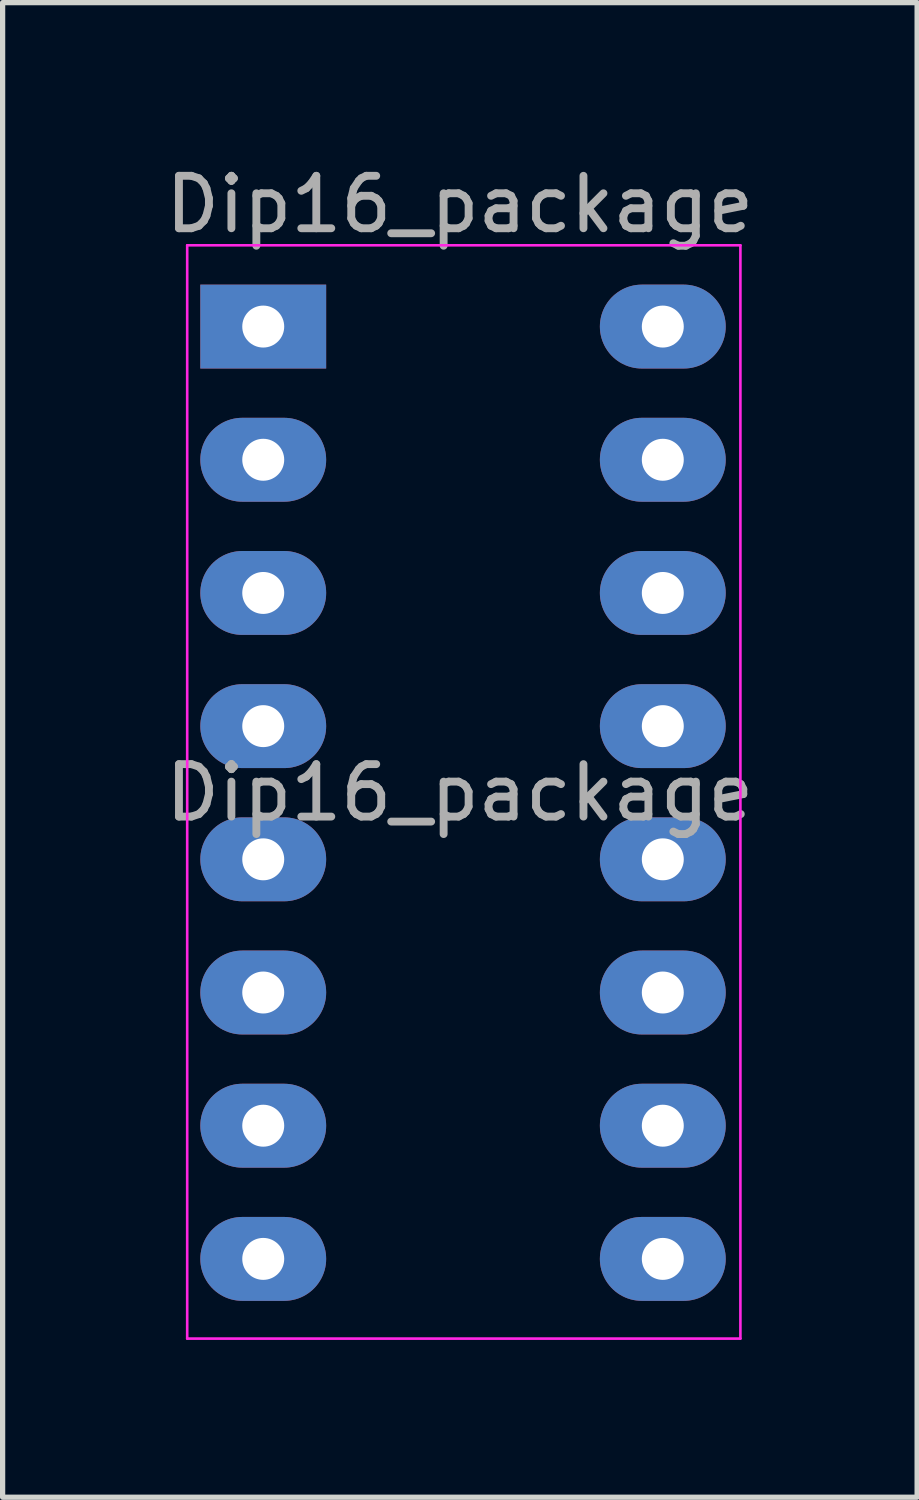
<source format=kicad_pcb>
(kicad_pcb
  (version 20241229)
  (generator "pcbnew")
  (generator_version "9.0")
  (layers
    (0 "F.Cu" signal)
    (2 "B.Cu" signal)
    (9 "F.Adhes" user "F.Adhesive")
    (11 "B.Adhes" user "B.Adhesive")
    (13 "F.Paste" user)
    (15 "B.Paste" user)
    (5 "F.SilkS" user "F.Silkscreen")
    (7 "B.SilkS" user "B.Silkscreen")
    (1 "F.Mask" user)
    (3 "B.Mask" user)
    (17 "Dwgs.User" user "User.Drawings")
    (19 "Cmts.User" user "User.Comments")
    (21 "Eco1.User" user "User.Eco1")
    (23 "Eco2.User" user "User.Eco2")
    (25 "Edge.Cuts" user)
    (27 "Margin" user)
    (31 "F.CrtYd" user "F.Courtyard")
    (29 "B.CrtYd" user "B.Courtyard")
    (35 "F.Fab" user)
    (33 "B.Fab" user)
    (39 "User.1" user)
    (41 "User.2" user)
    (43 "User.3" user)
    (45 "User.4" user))
  (footprint "Dip16_package"
    (layer "F.Cu")
    (at 1.97 3.178)
    (property "Reference" "Dip16_package" (at 3.75 -2.33 0) (layer "F.Fab") (effects (font (size 1 1) (thickness 0.15))))
    (attr through_hole)
    (fp_line (start -1.45 -1.55) (end -1.45 19.3) (stroke (width 0.05) (type solid)) (layer "F.CrtYd"))
    (fp_line (start -1.45 19.3) (end 9.1 19.3) (stroke (width 0.05) (type solid)) (layer "F.CrtYd"))
    (fp_line (start 9.1 -1.55) (end -1.45 -1.55) (stroke (width 0.05) (type solid)) (layer "F.CrtYd"))
    (fp_line (start 9.1 19.3) (end 9.1 -1.55) (stroke (width 0.05) (type solid)) (layer "F.CrtYd"))
    (fp_text user "${REFERENCE}" (at 3.75 8.89 0) (layer "F.Fab") (effects (font (size 1 1) (thickness 0.15))))
    (pad "1" thru_hole rect (at 0 0) (size 2.4 1.6) (drill 0.8) (layers "*.Cu" "*.Mask"))
    (pad "2" thru_hole oval (at 0 2.54) (size 2.4 1.6) (drill 0.8) (layers "*.Cu" "*.Mask"))
    (pad "3" thru_hole oval (at 0 5.08) (size 2.4 1.6) (drill 0.8) (layers "*.Cu" "*.Mask"))
    (pad "4" thru_hole oval (at 0 7.62) (size 2.4 1.6) (drill 0.8) (layers "*.Cu" "*.Mask"))
    (pad "5" thru_hole oval (at 0 10.16) (size 2.4 1.6) (drill 0.8) (layers "*.Cu" "*.Mask"))
    (pad "6" thru_hole oval (at 0 12.7) (size 2.4 1.6) (drill 0.8) (layers "*.Cu" "*.Mask"))
    (pad "7" thru_hole oval (at 0 15.24) (size 2.4 1.6) (drill 0.8) (layers "*.Cu" "*.Mask"))
    (pad "8" thru_hole oval (at 0 17.78) (size 2.4 1.6) (drill 0.8) (layers "*.Cu" "*.Mask"))
    (pad "9" thru_hole oval (at 7.62 17.78) (size 2.4 1.6) (drill 0.8) (layers "*.Cu" "*.Mask"))
    (pad "10" thru_hole oval (at 7.62 15.24) (size 2.4 1.6) (drill 0.8) (layers "*.Cu" "*.Mask"))
    (pad "11" thru_hole oval (at 7.62 12.7) (size 2.4 1.6) (drill 0.8) (layers "*.Cu" "*.Mask"))
    (pad "12" thru_hole oval (at 7.62 10.16) (size 2.4 1.6) (drill 0.8) (layers "*.Cu" "*.Mask"))
    (pad "13" thru_hole oval (at 7.62 7.62) (size 2.4 1.6) (drill 0.8) (layers "*.Cu" "*.Mask"))
    (pad "14" thru_hole oval (at 7.62 5.08) (size 2.4 1.6) (drill 0.8) (layers "*.Cu" "*.Mask"))
    (pad "15" thru_hole oval (at 7.62 2.54) (size 2.4 1.6) (drill 0.8) (layers "*.Cu" "*.Mask"))
    (pad "16" thru_hole oval (at 7.62 0) (size 2.4 1.6) (drill 0.8) (layers "*.Cu" "*.Mask")))
  (gr_rect
    (start -3 -3)
    (end 14.44 25.503)
    (stroke (width 0.1) (type default))
    (fill no)
    (layer "Edge.Cuts")))
</source>
